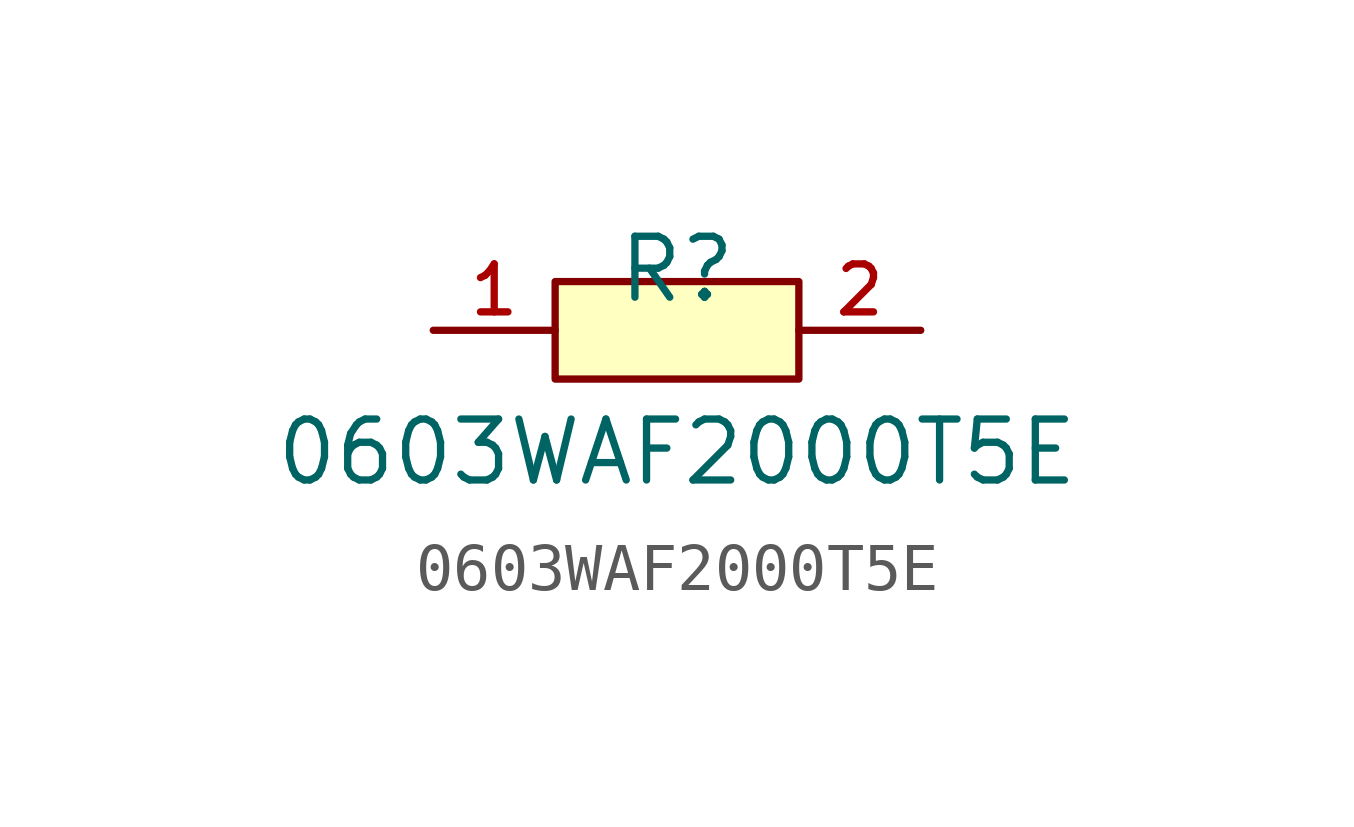
<source format=kicad_sym>
(kicad_symbol_lib
  (version 20210201)
  (generator TousstNicolas/JLC2KiCad_lib)
  (symbol "0603WAF2000T5E"
    (pin_names hide)
    (property "Reference" "R"
      (at 0 1.27 0)
      (effects (font (size 1.27 1.27))))
    (property "Value" "0603WAF2000T5E"
      (at 0 -2.54 0)
      (effects (font (size 1.27 1.27))))
    (symbol "0603WAF2000T5E_0_1"
      (pin input line (at 5.08 -0.0 180) (length 2.54) (name "2" (effects (font (size 1 1)))) (number "2" (effects (font (size 1 1)))))
      (pin input line (at -5.08 -0.0 0) (length 2.54) (name "1" (effects (font (size 1 1)))) (number "1" (effects (font (size 1 1)))))
      (rectangle (start -2.54 1.016) (end 2.54 -1.016) (stroke (width 0) (type default) (color 0 0 0 0)) (fill (type background))))))
</source>
